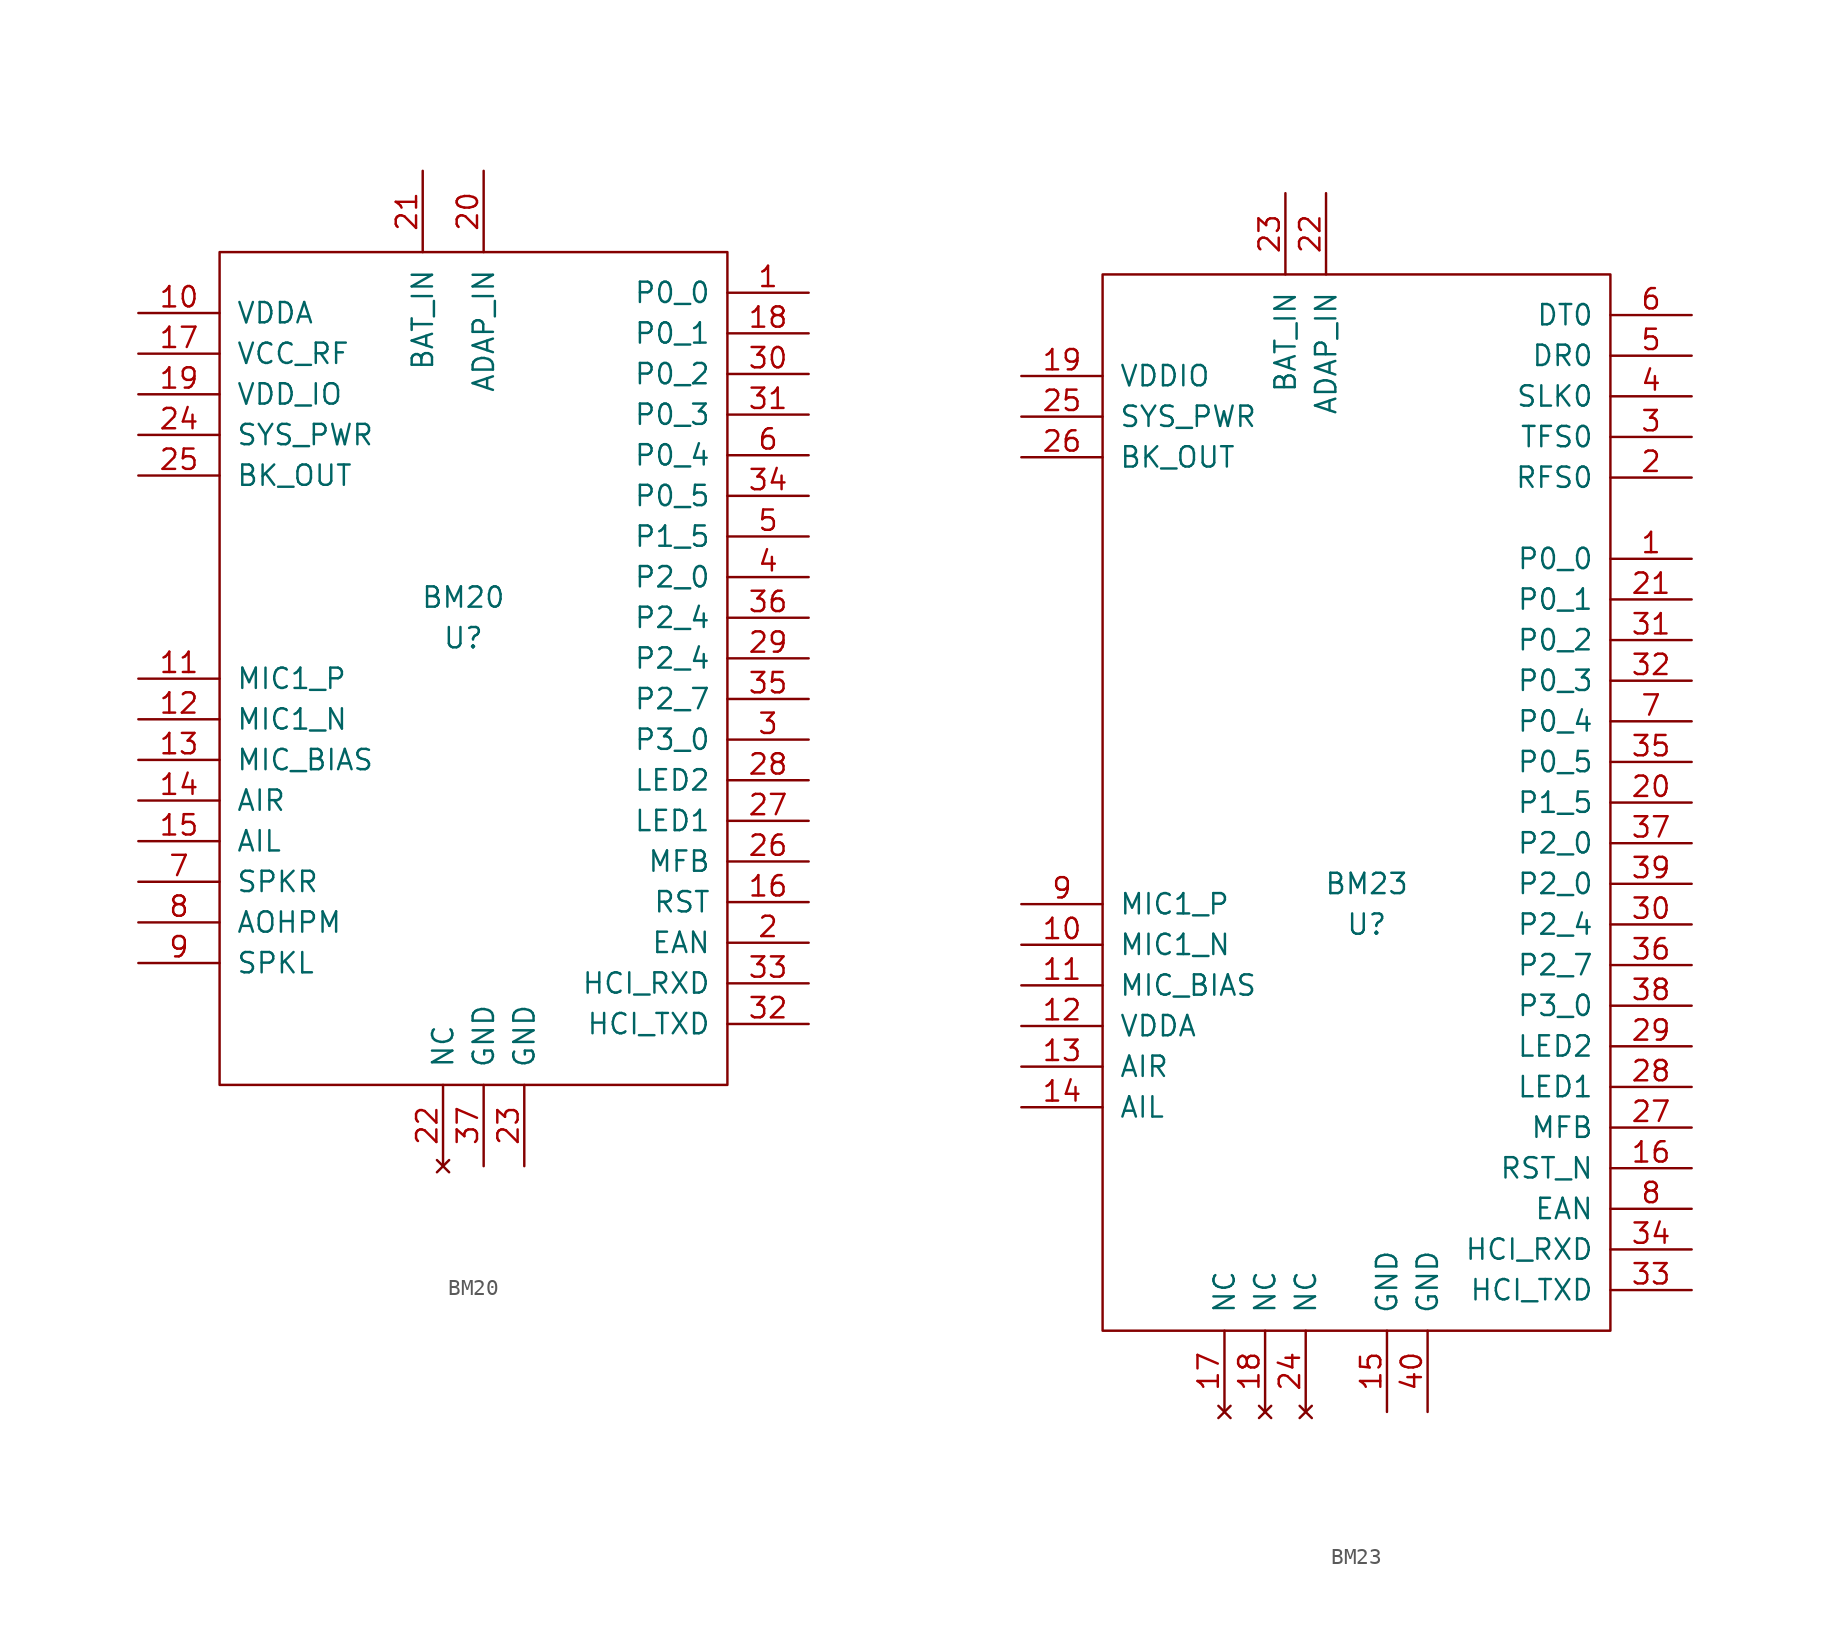
<source format=kicad_sym>
(kicad_symbol_lib
  (version 20211014)
  (generator kicad_symbol_editor)
  (symbol "BM20"
    (pin_names
      (offset 1.016))
    (property "Reference" "U"
      (at 7.62 3.81 0)
      (effects (font (size 1.27 1.27))))
    (property "Value" "BM20"
      (at 7.62 6.35 0)
      (effects (font (size 1.27 1.27))))
    (symbol "BM20_0_1"
      (rectangle (start 24.13 27.94) (end -7.62 -24.13) (stroke (width 0) (type default) (color 0 0 0 0)) (fill (type none))))
    (symbol "BM20_1_1"
      (pin bidirectional line (at 29.21 25.4 180) (length 5.08) (name "P0_0" (effects (font (size 1.27 1.27)))) (number "1" (effects (font (size 1.27 1.27)))))
      (pin power_out line (at -12.7 24.13 0) (length 5.08) (name "VDDA" (effects (font (size 1.27 1.27)))) (number "10" (effects (font (size 1.27 1.27)))))
      (pin input line (at -12.7 1.27 0) (length 5.08) (name "MIC1_P" (effects (font (size 1.27 1.27)))) (number "11" (effects (font (size 1.27 1.27)))))
      (pin input line (at -12.7 -1.27 0) (length 5.08) (name "MIC1_N" (effects (font (size 1.27 1.27)))) (number "12" (effects (font (size 1.27 1.27)))))
      (pin power_out line (at -12.7 -3.81 0) (length 5.08) (name "MIC_BIAS" (effects (font (size 1.27 1.27)))) (number "13" (effects (font (size 1.27 1.27)))))
      (pin input line (at -12.7 -6.35 0) (length 5.08) (name "AIR" (effects (font (size 1.27 1.27)))) (number "14" (effects (font (size 1.27 1.27)))))
      (pin input line (at -12.7 -8.89 0) (length 5.08) (name "AIL" (effects (font (size 1.27 1.27)))) (number "15" (effects (font (size 1.27 1.27)))))
      (pin input line (at 29.21 -12.7 180) (length 5.08) (name "RST" (effects (font (size 1.27 1.27)))) (number "16" (effects (font (size 1.27 1.27)))))
      (pin power_out line (at -12.7 21.59 0) (length 5.08) (name "VCC_RF" (effects (font (size 1.27 1.27)))) (number "17" (effects (font (size 1.27 1.27)))))
      (pin input line (at 29.21 22.86 180) (length 5.08) (name "P0_1" (effects (font (size 1.27 1.27)))) (number "18" (effects (font (size 1.27 1.27)))))
      (pin power_out line (at -12.7 19.05 0) (length 5.08) (name "VDD_IO" (effects (font (size 1.27 1.27)))) (number "19" (effects (font (size 1.27 1.27)))))
      (pin input line (at 29.21 -15.24 180) (length 5.08) (name "EAN" (effects (font (size 1.27 1.27)))) (number "2" (effects (font (size 1.27 1.27)))))
      (pin power_in line (at 8.89 33.02 270) (length 5.08) (name "ADAP_IN" (effects (font (size 1.27 1.27)))) (number "20" (effects (font (size 1.27 1.27)))))
      (pin power_in line (at 5.08 33.02 270) (length 5.08) (name "BAT_IN" (effects (font (size 1.27 1.27)))) (number "21" (effects (font (size 1.27 1.27)))))
      (pin no_connect line (at 6.35 -29.21 90) (length 5.08) (name "NC" (effects (font (size 1.27 1.27)))) (number "22" (effects (font (size 1.27 1.27)))))
      (pin power_in line (at 11.43 -29.21 90) (length 5.08) (name "GND" (effects (font (size 1.27 1.27)))) (number "23" (effects (font (size 1.27 1.27)))))
      (pin power_out line (at -12.7 16.51 0) (length 5.08) (name "SYS_PWR" (effects (font (size 1.27 1.27)))) (number "24" (effects (font (size 1.27 1.27)))))
      (pin power_out line (at -12.7 13.97 0) (length 5.08) (name "BK_OUT" (effects (font (size 1.27 1.27)))) (number "25" (effects (font (size 1.27 1.27)))))
      (pin input line (at 29.21 -10.16 180) (length 5.08) (name "MFB" (effects (font (size 1.27 1.27)))) (number "26" (effects (font (size 1.27 1.27)))))
      (pin input line (at 29.21 -7.62 180) (length 5.08) (name "LED1" (effects (font (size 1.27 1.27)))) (number "27" (effects (font (size 1.27 1.27)))))
      (pin input line (at 29.21 -5.08 180) (length 5.08) (name "LED2" (effects (font (size 1.27 1.27)))) (number "28" (effects (font (size 1.27 1.27)))))
      (pin input line (at 29.21 2.54 180) (length 5.08) (name "P2_4" (effects (font (size 1.27 1.27)))) (number "29" (effects (font (size 1.27 1.27)))))
      (pin input line (at 29.21 -2.54 180) (length 5.08) (name "P3_0" (effects (font (size 1.27 1.27)))) (number "3" (effects (font (size 1.27 1.27)))))
      (pin input line (at 29.21 20.32 180) (length 5.08) (name "P0_2" (effects (font (size 1.27 1.27)))) (number "30" (effects (font (size 1.27 1.27)))))
      (pin bidirectional line (at 29.21 17.78 180) (length 5.08) (name "P0_3" (effects (font (size 1.27 1.27)))) (number "31" (effects (font (size 1.27 1.27)))))
      (pin output line (at 29.21 -20.32 180) (length 5.08) (name "HCI_TXD" (effects (font (size 1.27 1.27)))) (number "32" (effects (font (size 1.27 1.27)))))
      (pin input line (at 29.21 -17.78 180) (length 5.08) (name "HCI_RXD" (effects (font (size 1.27 1.27)))) (number "33" (effects (font (size 1.27 1.27)))))
      (pin input line (at 29.21 12.7 180) (length 5.08) (name "P0_5" (effects (font (size 1.27 1.27)))) (number "34" (effects (font (size 1.27 1.27)))))
      (pin input line (at 29.21 0 180) (length 5.08) (name "P2_7" (effects (font (size 1.27 1.27)))) (number "35" (effects (font (size 1.27 1.27)))))
      (pin input line (at 29.21 5.08 180) (length 5.08) (name "P2_4" (effects (font (size 1.27 1.27)))) (number "36" (effects (font (size 1.27 1.27)))))
      (pin power_in line (at 8.89 -29.21 90) (length 5.08) (name "GND" (effects (font (size 1.27 1.27)))) (number "37" (effects (font (size 1.27 1.27)))))
      (pin input line (at 29.21 7.62 180) (length 5.08) (name "P2_0" (effects (font (size 1.27 1.27)))) (number "4" (effects (font (size 1.27 1.27)))))
      (pin bidirectional line (at 29.21 10.16 180) (length 5.08) (name "P1_5" (effects (font (size 1.27 1.27)))) (number "5" (effects (font (size 1.27 1.27)))))
      (pin bidirectional line (at 29.21 15.24 180) (length 5.08) (name "P0_4" (effects (font (size 1.27 1.27)))) (number "6" (effects (font (size 1.27 1.27)))))
      (pin output line (at -12.7 -11.43 0) (length 5.08) (name "SPKR" (effects (font (size 1.27 1.27)))) (number "7" (effects (font (size 1.27 1.27)))))
      (pin output line (at -12.7 -13.97 0) (length 5.08) (name "AOHPM" (effects (font (size 1.27 1.27)))) (number "8" (effects (font (size 1.27 1.27)))))
      (pin output line (at -12.7 -16.51 0) (length 5.08) (name "SPKL" (effects (font (size 1.27 1.27)))) (number "9" (effects (font (size 1.27 1.27)))))))
  (symbol "BM23"
    (pin_names
      (offset 1.016))
    (property "Reference" "U"
      (at 0 0 0)
      (effects (font (size 1.27 1.27))))
    (property "Value" "BM23"
      (at 0 2.54 0)
      (effects (font (size 1.27 1.27))))
    (symbol "BM23_0_1"
      (rectangle (start 15.24 40.64) (end -16.51 -25.4) (stroke (width 0) (type default) (color 0 0 0 0)) (fill (type none))))
    (symbol "BM23_1_1"
      (pin bidirectional line (at 20.32 22.86 180) (length 5.08) (name "P0_0" (effects (font (size 1.27 1.27)))) (number "1" (effects (font (size 1.27 1.27)))))
      (pin input line (at -21.59 -1.27 0) (length 5.08) (name "MIC1_N" (effects (font (size 1.27 1.27)))) (number "10" (effects (font (size 1.27 1.27)))))
      (pin power_out line (at -21.59 -3.81 0) (length 5.08) (name "MIC_BIAS" (effects (font (size 1.27 1.27)))) (number "11" (effects (font (size 1.27 1.27)))))
      (pin power_out line (at -21.59 -6.35 0) (length 5.08) (name "VDDA" (effects (font (size 1.27 1.27)))) (number "12" (effects (font (size 1.27 1.27)))))
      (pin input line (at -21.59 -8.89 0) (length 5.08) (name "AIR" (effects (font (size 1.27 1.27)))) (number "13" (effects (font (size 1.27 1.27)))))
      (pin input line (at -21.59 -11.43 0) (length 5.08) (name "AIL" (effects (font (size 1.27 1.27)))) (number "14" (effects (font (size 1.27 1.27)))))
      (pin power_in line (at 1.27 -30.48 90) (length 5.08) (name "GND" (effects (font (size 1.27 1.27)))) (number "15" (effects (font (size 1.27 1.27)))))
      (pin input line (at 20.32 -15.24 180) (length 5.08) (name "RST_N" (effects (font (size 1.27 1.27)))) (number "16" (effects (font (size 1.27 1.27)))))
      (pin no_connect line (at -8.89 -30.48 90) (length 5.08) (name "NC" (effects (font (size 1.27 1.27)))) (number "17" (effects (font (size 1.27 1.27)))))
      (pin no_connect line (at -6.35 -30.48 90) (length 5.08) (name "NC" (effects (font (size 1.27 1.27)))) (number "18" (effects (font (size 1.27 1.27)))))
      (pin power_out line (at -21.59 34.29 0) (length 5.08) (name "VDDIO" (effects (font (size 1.27 1.27)))) (number "19" (effects (font (size 1.27 1.27)))))
      (pin bidirectional line (at 20.32 27.94 180) (length 5.08) (name "RFS0" (effects (font (size 1.27 1.27)))) (number "2" (effects (font (size 1.27 1.27)))))
      (pin bidirectional line (at 20.32 7.62 180) (length 5.08) (name "P1_5" (effects (font (size 1.27 1.27)))) (number "20" (effects (font (size 1.27 1.27)))))
      (pin bidirectional line (at 20.32 20.32 180) (length 5.08) (name "P0_1" (effects (font (size 1.27 1.27)))) (number "21" (effects (font (size 1.27 1.27)))))
      (pin power_in line (at -2.54 45.72 270) (length 5.08) (name "ADAP_IN" (effects (font (size 1.27 1.27)))) (number "22" (effects (font (size 1.27 1.27)))))
      (pin power_in line (at -5.08 45.72 270) (length 5.08) (name "BAT_IN" (effects (font (size 1.27 1.27)))) (number "23" (effects (font (size 1.27 1.27)))))
      (pin no_connect line (at -3.81 -30.48 90) (length 5.08) (name "NC" (effects (font (size 1.27 1.27)))) (number "24" (effects (font (size 1.27 1.27)))))
      (pin power_out line (at -21.59 31.75 0) (length 5.08) (name "SYS_PWR" (effects (font (size 1.27 1.27)))) (number "25" (effects (font (size 1.27 1.27)))))
      (pin power_out line (at -21.59 29.21 0) (length 5.08) (name "BK_OUT" (effects (font (size 1.27 1.27)))) (number "26" (effects (font (size 1.27 1.27)))))
      (pin power_out line (at 20.32 -12.7 180) (length 5.08) (name "MFB" (effects (font (size 1.27 1.27)))) (number "27" (effects (font (size 1.27 1.27)))))
      (pin power_out line (at 20.32 -10.16 180) (length 5.08) (name "LED1" (effects (font (size 1.27 1.27)))) (number "28" (effects (font (size 1.27 1.27)))))
      (pin power_out line (at 20.32 -7.62 180) (length 5.08) (name "LED2" (effects (font (size 1.27 1.27)))) (number "29" (effects (font (size 1.27 1.27)))))
      (pin bidirectional line (at 20.32 30.48 180) (length 5.08) (name "TFS0" (effects (font (size 1.27 1.27)))) (number "3" (effects (font (size 1.27 1.27)))))
      (pin input line (at 20.32 0 180) (length 5.08) (name "P2_4" (effects (font (size 1.27 1.27)))) (number "30" (effects (font (size 1.27 1.27)))))
      (pin bidirectional line (at 20.32 17.78 180) (length 5.08) (name "P0_2" (effects (font (size 1.27 1.27)))) (number "31" (effects (font (size 1.27 1.27)))))
      (pin bidirectional line (at 20.32 15.24 180) (length 5.08) (name "P0_3" (effects (font (size 1.27 1.27)))) (number "32" (effects (font (size 1.27 1.27)))))
      (pin output line (at 20.32 -22.86 180) (length 5.08) (name "HCI_TXD" (effects (font (size 1.27 1.27)))) (number "33" (effects (font (size 1.27 1.27)))))
      (pin input line (at 20.32 -20.32 180) (length 5.08) (name "HCI_RXD" (effects (font (size 1.27 1.27)))) (number "34" (effects (font (size 1.27 1.27)))))
      (pin bidirectional line (at 20.32 10.16 180) (length 5.08) (name "P0_5" (effects (font (size 1.27 1.27)))) (number "35" (effects (font (size 1.27 1.27)))))
      (pin bidirectional line (at 20.32 -2.54 180) (length 5.08) (name "P2_7" (effects (font (size 1.27 1.27)))) (number "36" (effects (font (size 1.27 1.27)))))
      (pin bidirectional line (at 20.32 5.08 180) (length 5.08) (name "P2_0" (effects (font (size 1.27 1.27)))) (number "37" (effects (font (size 1.27 1.27)))))
      (pin bidirectional line (at 20.32 -5.08 180) (length 5.08) (name "P3_0" (effects (font (size 1.27 1.27)))) (number "38" (effects (font (size 1.27 1.27)))))
      (pin input line (at 20.32 2.54 180) (length 5.08) (name "P2_0" (effects (font (size 1.27 1.27)))) (number "39" (effects (font (size 1.27 1.27)))))
      (pin bidirectional line (at 20.32 33.02 180) (length 5.08) (name "SLK0" (effects (font (size 1.27 1.27)))) (number "4" (effects (font (size 1.27 1.27)))))
      (pin power_in line (at 3.81 -30.48 90) (length 5.08) (name "GND" (effects (font (size 1.27 1.27)))) (number "40" (effects (font (size 1.27 1.27)))))
      (pin input line (at 20.32 35.56 180) (length 5.08) (name "DR0" (effects (font (size 1.27 1.27)))) (number "5" (effects (font (size 1.27 1.27)))))
      (pin output line (at 20.32 38.1 180) (length 5.08) (name "DT0" (effects (font (size 1.27 1.27)))) (number "6" (effects (font (size 1.27 1.27)))))
      (pin bidirectional line (at 20.32 12.7 180) (length 5.08) (name "P0_4" (effects (font (size 1.27 1.27)))) (number "7" (effects (font (size 1.27 1.27)))))
      (pin input line (at 20.32 -17.78 180) (length 5.08) (name "EAN" (effects (font (size 1.27 1.27)))) (number "8" (effects (font (size 1.27 1.27)))))
      (pin input line (at -21.59 1.27 0) (length 5.08) (name "MIC1_P" (effects (font (size 1.27 1.27)))) (number "9" (effects (font (size 1.27 1.27))))))))
</source>
